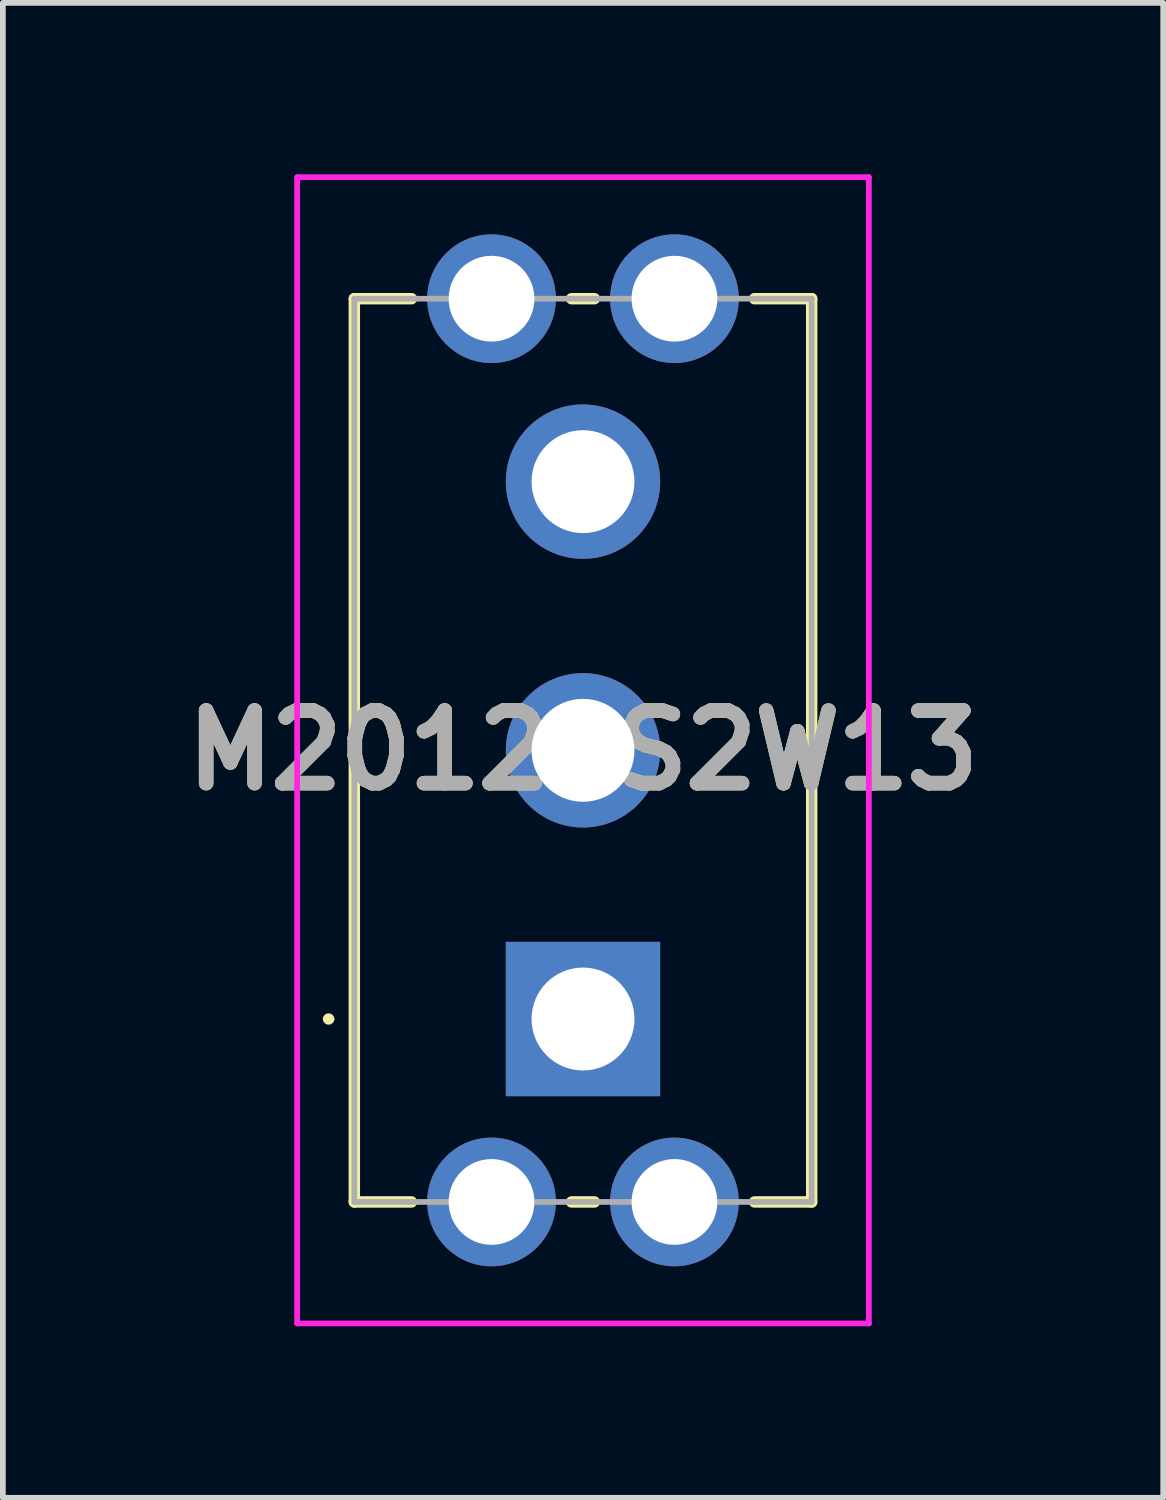
<source format=kicad_pcb>
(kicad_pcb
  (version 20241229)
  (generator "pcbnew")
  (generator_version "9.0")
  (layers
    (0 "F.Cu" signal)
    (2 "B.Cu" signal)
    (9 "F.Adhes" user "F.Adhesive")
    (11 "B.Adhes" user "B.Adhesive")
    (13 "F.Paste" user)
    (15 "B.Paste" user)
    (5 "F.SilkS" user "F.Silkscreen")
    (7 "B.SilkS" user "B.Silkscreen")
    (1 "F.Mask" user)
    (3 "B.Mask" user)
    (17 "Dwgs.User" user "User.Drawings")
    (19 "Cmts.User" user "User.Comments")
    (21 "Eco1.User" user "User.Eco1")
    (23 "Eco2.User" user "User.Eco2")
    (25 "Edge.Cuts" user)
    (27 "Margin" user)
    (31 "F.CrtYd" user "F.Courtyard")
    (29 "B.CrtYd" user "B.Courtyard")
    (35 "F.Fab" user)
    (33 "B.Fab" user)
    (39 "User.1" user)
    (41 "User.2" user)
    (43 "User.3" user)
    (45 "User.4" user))
  (footprint "M2012SS2W13"
    (layer "F.Cu")
    (at 7.148 14.775)
    (property "Reference" "M2012SS2W13" (at 0 -4.7 0) (layer "F.SilkS") (effects (font (size 1.27 1.27) (thickness 0.254))))
    (attr through_hole)
    (fp_line (start -4.5 0) (end -4.5 0) (stroke (width 0.1) (type solid)) (layer "F.SilkS"))
    (fp_line (start -4.4 0) (end -4.4 0) (stroke (width 0.1) (type solid)) (layer "F.SilkS"))
    (fp_line (start -4 -12.6) (end -4 3.2) (stroke (width 0.2) (type solid)) (layer "F.SilkS"))
    (fp_line (start -4 3.2) (end -3 3.2) (stroke (width 0.2) (type solid)) (layer "F.SilkS"))
    (fp_line (start -3 -12.6) (end -4 -12.6) (stroke (width 0.2) (type solid)) (layer "F.SilkS"))
    (fp_line (start -0.2 -12.6) (end 0.2 -12.6) (stroke (width 0.2) (type solid)) (layer "F.SilkS"))
    (fp_line (start -0.2 3.2) (end 0.2 3.2) (stroke (width 0.2) (type solid)) (layer "F.SilkS"))
    (fp_line (start 3 3.2) (end 4 3.2) (stroke (width 0.2) (type solid)) (layer "F.SilkS"))
    (fp_line (start 4 -12.6) (end 3 -12.6) (stroke (width 0.2) (type solid)) (layer "F.SilkS"))
    (fp_line (start 4 3.2) (end 4 -12.6) (stroke (width 0.2) (type solid)) (layer "F.SilkS"))
    (fp_arc (start -4.5 0) (mid -4.45 -0.05) (end -4.4 0) (stroke (width 0.1) (type solid)) (layer "F.SilkS"))
    (fp_arc (start -4.4 0) (mid -4.45 0.05) (end -4.5 0) (stroke (width 0.1) (type solid)) (layer "F.SilkS"))
    (fp_line (start -5 -14.725) (end 5 -14.725) (stroke (width 0.1) (type solid)) (layer "F.CrtYd"))
    (fp_line (start -5 5.325) (end -5 -14.725) (stroke (width 0.1) (type solid)) (layer "F.CrtYd"))
    (fp_line (start 5 -14.725) (end 5 5.325) (stroke (width 0.1) (type solid)) (layer "F.CrtYd"))
    (fp_line (start 5 5.325) (end -5 5.325) (stroke (width 0.1) (type solid)) (layer "F.CrtYd"))
    (fp_line (start -4 -12.6) (end -4 3.2) (stroke (width 0.1) (type solid)) (layer "F.Fab"))
    (fp_line (start -4 3.2) (end 4 3.2) (stroke (width 0.1) (type solid)) (layer "F.Fab"))
    (fp_line (start 4 -12.6) (end -4 -12.6) (stroke (width 0.1) (type solid)) (layer "F.Fab"))
    (fp_line (start 4 3.2) (end 4 -12.6) (stroke (width 0.1) (type solid)) (layer "F.Fab"))
    (fp_text user "${REFERENCE}" (at 0 -4.7 0) (layer "F.Fab") (effects (font (size 1.27 1.27) (thickness 0.254))))
    (pad "1" thru_hole rect (at 0 0) (size 2.7 2.7) (drill 1.8) (layers "*.Cu" "*.Mask"))
    (pad "2" thru_hole circle (at 0 -4.7) (size 2.7 2.7) (drill 1.8) (layers "*.Cu" "*.Mask"))
    (pad "3" thru_hole circle (at 0 -9.4) (size 2.7 2.7) (drill 1.8) (layers "*.Cu" "*.Mask"))
    (pad "MH1" thru_hole circle (at -1.6 3.2) (size 2.25 2.25) (drill 1.5) (layers "*.Cu" "*.Mask"))
    (pad "MH2" thru_hole circle (at 1.6 3.2) (size 2.25 2.25) (drill 1.5) (layers "*.Cu" "*.Mask"))
    (pad "MH3" thru_hole circle (at -1.6 -12.6) (size 2.25 2.25) (drill 1.5) (layers "*.Cu" "*.Mask"))
    (pad "MH4" thru_hole circle (at 1.6 -12.6) (size 2.25 2.25) (drill 1.5) (layers "*.Cu" "*.Mask")))
  (gr_rect
    (start -3 -3)
    (end 17.297 23.15)
    (stroke (width 0.1) (type default))
    (fill no)
    (layer "Edge.Cuts")))
</source>
